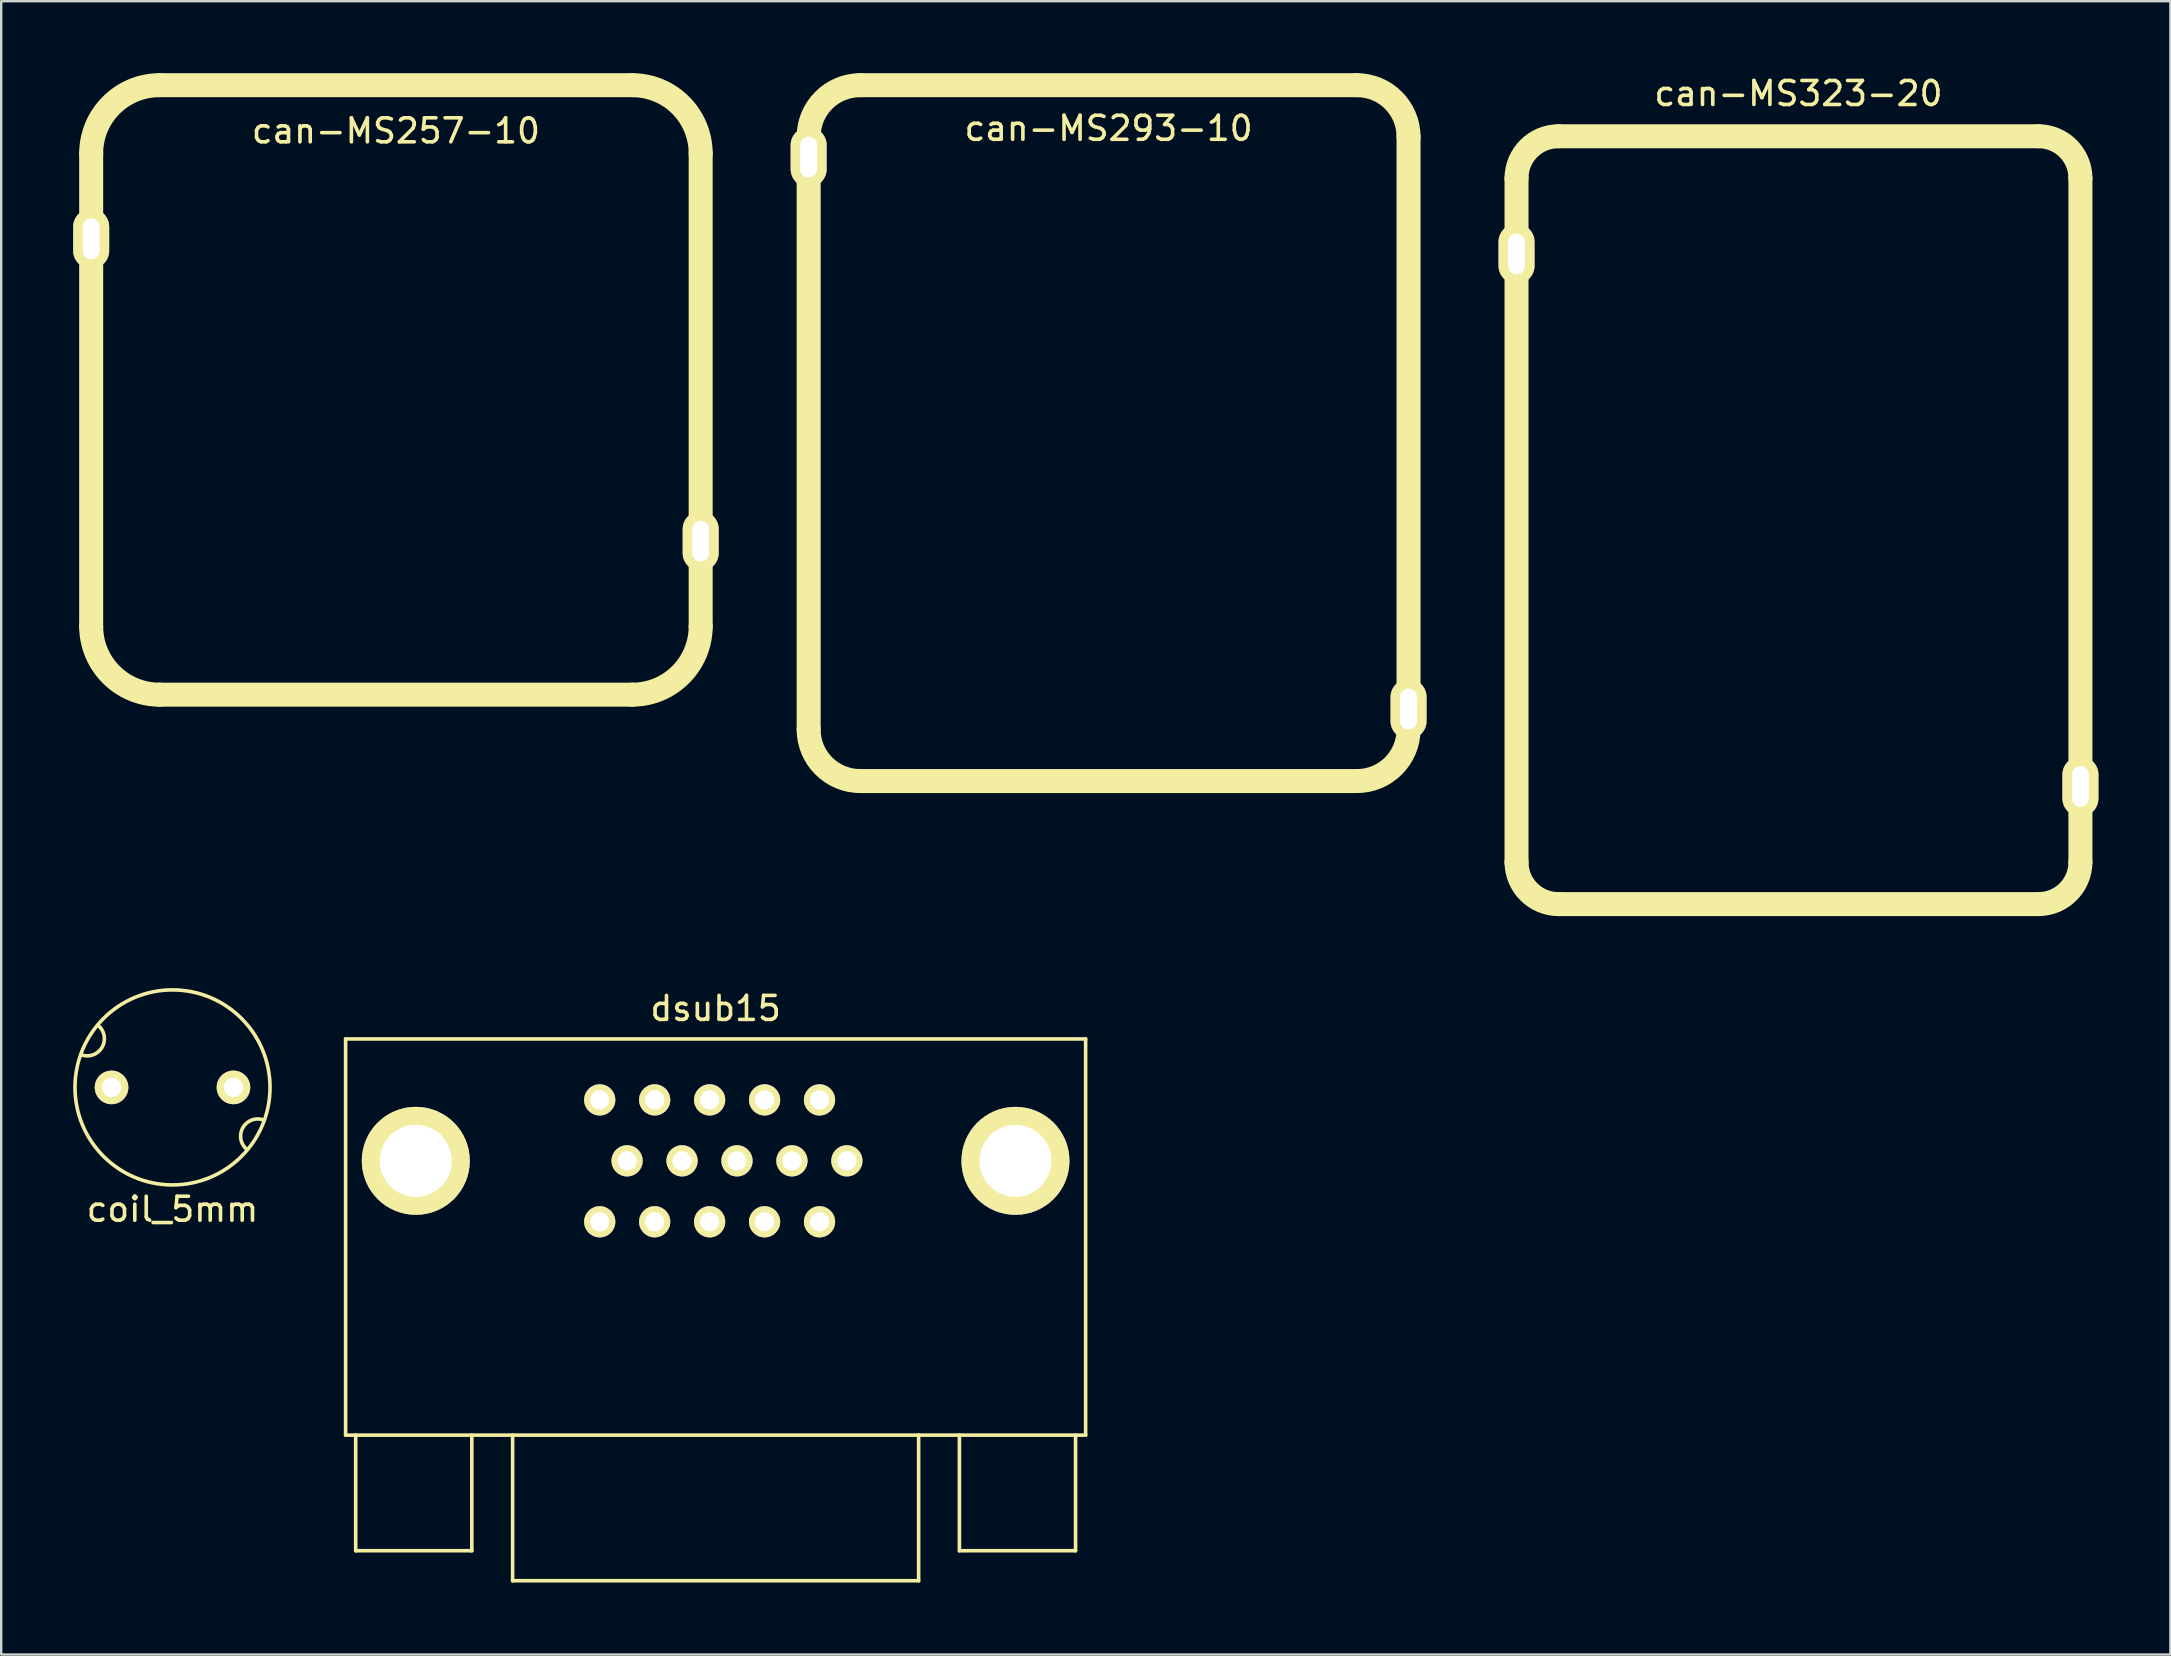
<source format=kicad_pcb>
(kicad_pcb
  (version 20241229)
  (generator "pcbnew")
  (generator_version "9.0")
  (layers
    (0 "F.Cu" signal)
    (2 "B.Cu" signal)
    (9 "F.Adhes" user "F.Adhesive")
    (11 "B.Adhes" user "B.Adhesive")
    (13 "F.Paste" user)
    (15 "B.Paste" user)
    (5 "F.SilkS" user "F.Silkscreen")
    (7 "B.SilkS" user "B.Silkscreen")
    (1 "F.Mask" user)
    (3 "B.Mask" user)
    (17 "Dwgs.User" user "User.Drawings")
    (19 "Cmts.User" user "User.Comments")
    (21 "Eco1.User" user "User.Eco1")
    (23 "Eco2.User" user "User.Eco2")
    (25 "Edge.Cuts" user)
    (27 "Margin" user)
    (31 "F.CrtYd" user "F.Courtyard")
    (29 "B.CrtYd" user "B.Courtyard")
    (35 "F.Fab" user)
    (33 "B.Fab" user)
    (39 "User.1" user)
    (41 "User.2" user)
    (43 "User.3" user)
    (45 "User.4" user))
  (footprint "coil_5mm"
    (layer "F.Cu")
    (at 4.139 42.267)
    (property "Reference" "coil_5mm" (at 0 5.08 0) (layer "F.SilkS") (effects (font (size 1 1) (thickness 0.15))))
    (attr through_hole)
    (fp_arc (start -3.048 -2.54) (mid -2.95009 -1.645993) (end -3.801714 -1.356906) (stroke (width 0.15) (type solid)) (layer "F.SilkS"))
    (fp_arc (start 3.048 2.54) (mid 2.95009 1.645993) (end 3.801714 1.356906) (stroke (width 0.15) (type solid)) (layer "F.SilkS"))
    (fp_circle (center 0 0) (end 4.064 0) (stroke (width 0.15) (type solid)) (fill no) (layer "F.SilkS"))
    (pad "1" thru_hole circle (at -2.54 0) (size 1.4 1.4) (drill 0.8) (layers "*.Cu" "*.Mask" "F.SilkS"))
    (pad "2" thru_hole circle (at 2.54 0) (size 1.4 1.4) (drill 0.8) (layers "*.Cu" "*.Mask" "F.SilkS")))
  (footprint "can-MS293-10"
    (layer "F.Cu")
    (at 43.15 15)
    (property "Reference" "can-MS293-10" (at 0 -12.7 0) (layer "F.SilkS") (effects (font (size 1 1) (thickness 0.15))))
    (attr through_hole)
    (fp_line (start -12.5 -12.35) (end -12.5 12.35) (stroke (width 1) (type solid)) (layer "F.SilkS"))
    (fp_line (start -10.35 -14.5) (end 10.35 -14.5) (stroke (width 1) (type solid)) (layer "F.SilkS"))
    (fp_line (start -10.35 14.5) (end 10.35 14.5) (stroke (width 1) (type solid)) (layer "F.SilkS"))
    (fp_line (start 12.5 -12.35) (end 12.5 12.35) (stroke (width 1) (type solid)) (layer "F.SilkS"))
    (fp_arc (start -12.5 -12.35) (mid -11.87028 -13.87028) (end -10.35 -14.5) (stroke (width 1) (type solid)) (layer "F.SilkS"))
    (fp_arc (start -10.35 14.5) (mid -11.87028 13.87028) (end -12.5 12.35) (stroke (width 1) (type solid)) (layer "F.SilkS"))
    (fp_arc (start 10.35 -14.5) (mid 11.87028 -13.87028) (end 12.5 -12.35) (stroke (width 1) (type solid)) (layer "F.SilkS"))
    (fp_arc (start 12.5 12.35) (mid 11.87028 13.87028) (end 10.35 14.5) (stroke (width 1) (type solid)) (layer "F.SilkS"))
    (pad "1" thru_hole oval (at -12.5 -11.5) (size 1.5 2.5) (drill oval 0.7 1.7) (layers "*.Cu" "*.Mask" "F.SilkS"))
    (pad "2" thru_hole oval (at 12.5 11.5) (size 1.5 2.5) (drill oval 0.7 1.7) (layers "*.Cu" "*.Mask" "F.SilkS")))
  (footprint "can-MS257-10"
    (layer "F.Cu")
    (at 13.45 13.2)
    (property "Reference" "can-MS257-10" (at 0 -10.795 0) (layer "F.SilkS") (effects (font (size 1 1) (thickness 0.15))))
    (attr through_hole)
    (fp_line (start -12.7 -9.85) (end -12.7 9.85) (stroke (width 1) (type solid)) (layer "F.SilkS"))
    (fp_line (start -9.85 -12.7) (end 9.85 -12.7) (stroke (width 1) (type solid)) (layer "F.SilkS"))
    (fp_line (start -9.85 12.7) (end 9.85 12.7) (stroke (width 1) (type solid)) (layer "F.SilkS"))
    (fp_line (start 12.7 -9.85) (end 12.7 9.85) (stroke (width 1) (type solid)) (layer "F.SilkS"))
    (fp_arc (start -12.7 -9.85) (mid -11.865254 -11.865254) (end -9.85 -12.7) (stroke (width 1) (type solid)) (layer "F.SilkS"))
    (fp_arc (start -9.85 12.7) (mid -11.865254 11.865254) (end -12.7 9.85) (stroke (width 1) (type solid)) (layer "F.SilkS"))
    (fp_arc (start 9.85 -12.7) (mid 11.865254 -11.865254) (end 12.7 -9.85) (stroke (width 1) (type solid)) (layer "F.SilkS"))
    (fp_arc (start 12.7 9.85) (mid 11.865254 11.865254) (end 9.85 12.7) (stroke (width 1) (type solid)) (layer "F.SilkS"))
    (pad "1" thru_hole oval (at -12.7 -6.3) (size 1.5 2.5) (drill oval 0.7 1.7) (layers "*.Cu" "*.Mask" "F.SilkS"))
    (pad "2" thru_hole oval (at 12.7 6.3) (size 1.5 2.5) (drill oval 0.7 1.7) (layers "*.Cu" "*.Mask" "F.SilkS")))
  (footprint "dsub15"
    (layer "F.Cu")
    (at 26.773 45.327)
    (property "Reference" "dsub15" (at 0 -6.35 0) (layer "F.SilkS") (effects (font (size 1 1) (thickness 0.15))))
    (attr through_hole)
    (fp_line (start -15.42 -5.08) (end -15.42 11.43) (stroke (width 0.15) (type solid)) (layer "F.SilkS"))
    (fp_line (start -15.42 -5.08) (end 15.42 -5.08) (stroke (width 0.15) (type solid)) (layer "F.SilkS"))
    (fp_line (start -15.42 11.43) (end 15.42 11.43) (stroke (width 0.15) (type solid)) (layer "F.SilkS"))
    (fp_line (start -15 11.43) (end -15 16.25) (stroke (width 0.15) (type solid)) (layer "F.SilkS"))
    (fp_line (start -15 16.25) (end -10.16 16.25) (stroke (width 0.15) (type solid)) (layer "F.SilkS"))
    (fp_line (start -10.16 16.25) (end -10.16 11.43) (stroke (width 0.15) (type solid)) (layer "F.SilkS"))
    (fp_line (start -8.46 11.43) (end -8.46 17.5) (stroke (width 0.15) (type solid)) (layer "F.SilkS"))
    (fp_line (start -8.46 17.5) (end 8.46 17.5) (stroke (width 0.15) (type solid)) (layer "F.SilkS"))
    (fp_line (start 8.46 17.5) (end 8.46 11.43) (stroke (width 0.15) (type solid)) (layer "F.SilkS"))
    (fp_line (start 10.16 16.25) (end 10.16 11.43) (stroke (width 0.15) (type solid)) (layer "F.SilkS"))
    (fp_line (start 15 11.43) (end 15 16.25) (stroke (width 0.15) (type solid)) (layer "F.SilkS"))
    (fp_line (start 15 16.25) (end 10.16 16.25) (stroke (width 0.15) (type solid)) (layer "F.SilkS"))
    (fp_line (start 15.42 -5.08) (end 15.42 11.43) (stroke (width 0.15) (type solid)) (layer "F.SilkS"))
    (pad "1" thru_hole circle (at 4.33 -2.54) (size 1.3 1.3) (drill 0.8) (layers "*.Cu" "*.Mask" "F.SilkS"))
    (pad "2" thru_hole circle (at 2.04 -2.54) (size 1.3 1.3) (drill 0.8) (layers "*.Cu" "*.Mask" "F.SilkS"))
    (pad "3" thru_hole circle (at -0.25 -2.54) (size 1.3 1.3) (drill 0.8) (layers "*.Cu" "*.Mask" "F.SilkS"))
    (pad "4" thru_hole circle (at -2.54 -2.54) (size 1.3 1.3) (drill 0.8) (layers "*.Cu" "*.Mask" "F.SilkS"))
    (pad "5" thru_hole circle (at -4.83 -2.54) (size 1.3 1.3) (drill 0.8) (layers "*.Cu" "*.Mask" "F.SilkS"))
    (pad "6" thru_hole circle (at 5.47 0) (size 1.3 1.3) (drill 0.8) (layers "*.Cu" "*.Mask" "F.SilkS"))
    (pad "7" thru_hole circle (at 3.18 0) (size 1.3 1.3) (drill 0.8) (layers "*.Cu" "*.Mask" "F.SilkS"))
    (pad "8" thru_hole circle (at 0.89 0) (size 1.3 1.3) (drill 0.8) (layers "*.Cu" "*.Mask" "F.SilkS"))
    (pad "9" thru_hole circle (at -1.4 0) (size 1.3 1.3) (drill 0.8) (layers "*.Cu" "*.Mask" "F.SilkS"))
    (pad "10" thru_hole circle (at -3.69 0) (size 1.3 1.3) (drill 0.8) (layers "*.Cu" "*.Mask" "F.SilkS"))
    (pad "11" thru_hole circle (at 4.33 2.54) (size 1.3 1.3) (drill 0.8) (layers "*.Cu" "*.Mask" "F.SilkS"))
    (pad "12" thru_hole circle (at 2.04 2.54) (size 1.3 1.3) (drill 0.8) (layers "*.Cu" "*.Mask" "F.SilkS"))
    (pad "13" thru_hole circle (at -0.25 2.54) (size 1.3 1.3) (drill 0.8) (layers "*.Cu" "*.Mask" "F.SilkS"))
    (pad "14" thru_hole circle (at -2.54 2.54) (size 1.3 1.3) (drill 0.8) (layers "*.Cu" "*.Mask" "F.SilkS"))
    (pad "15" thru_hole circle (at -4.83 2.54) (size 1.3 1.3) (drill 0.8) (layers "*.Cu" "*.Mask" "F.SilkS"))
    (pad "16" thru_hole circle (at 12.495 0) (size 4.5 4.5) (drill 3) (layers "*.Cu" "*.Mask" "F.SilkS"))
    (pad "17" thru_hole circle (at -12.495 0) (size 4.5 4.5) (drill 3) (layers "*.Cu" "*.Mask" "F.SilkS")))
  (footprint "can-MS323-20"
    (layer "F.Cu")
    (at 71.9 18.628)
    (property "Reference" "can-MS323-20" (at 0 -17.78 0) (layer "F.SilkS") (effects (font (size 1 1) (thickness 0.15))))
    (attr through_hole)
    (fp_line (start -11.75 -14.25) (end -11.75 14.25) (stroke (width 1) (type solid)) (layer "F.SilkS"))
    (fp_line (start -10 -16) (end 10 -16) (stroke (width 1) (type solid)) (layer "F.SilkS"))
    (fp_line (start -10 16) (end 10 16) (stroke (width 1) (type solid)) (layer "F.SilkS"))
    (fp_line (start 11.75 -14.25) (end 11.75 14.25) (stroke (width 1) (type solid)) (layer "F.SilkS"))
    (fp_arc (start -11.75 -14.25) (mid -11.237437 -15.487437) (end -10 -16) (stroke (width 1) (type solid)) (layer "F.SilkS"))
    (fp_arc (start -10 16) (mid -11.237437 15.487437) (end -11.75 14.25) (stroke (width 1) (type solid)) (layer "F.SilkS"))
    (fp_arc (start 10 -16) (mid 11.237437 -15.487437) (end 11.75 -14.25) (stroke (width 1) (type solid)) (layer "F.SilkS"))
    (fp_arc (start 11.75 14.25) (mid 11.237437 15.487437) (end 10 16) (stroke (width 1) (type solid)) (layer "F.SilkS"))
    (pad "1" thru_hole oval (at -11.75 -11.1) (size 1.5 2.5) (drill oval 0.7 1.7) (layers "*.Cu" "*.Mask" "F.SilkS"))
    (pad "2" thru_hole oval (at 11.75 11.1) (size 1.5 2.5) (drill oval 0.7 1.7) (layers "*.Cu" "*.Mask" "F.SilkS")))
  (gr_rect
    (start -3 -3)
    (end 87.4 65.901)
    (stroke (width 0.1) (type default))
    (fill no)
    (layer "Edge.Cuts")))
</source>
